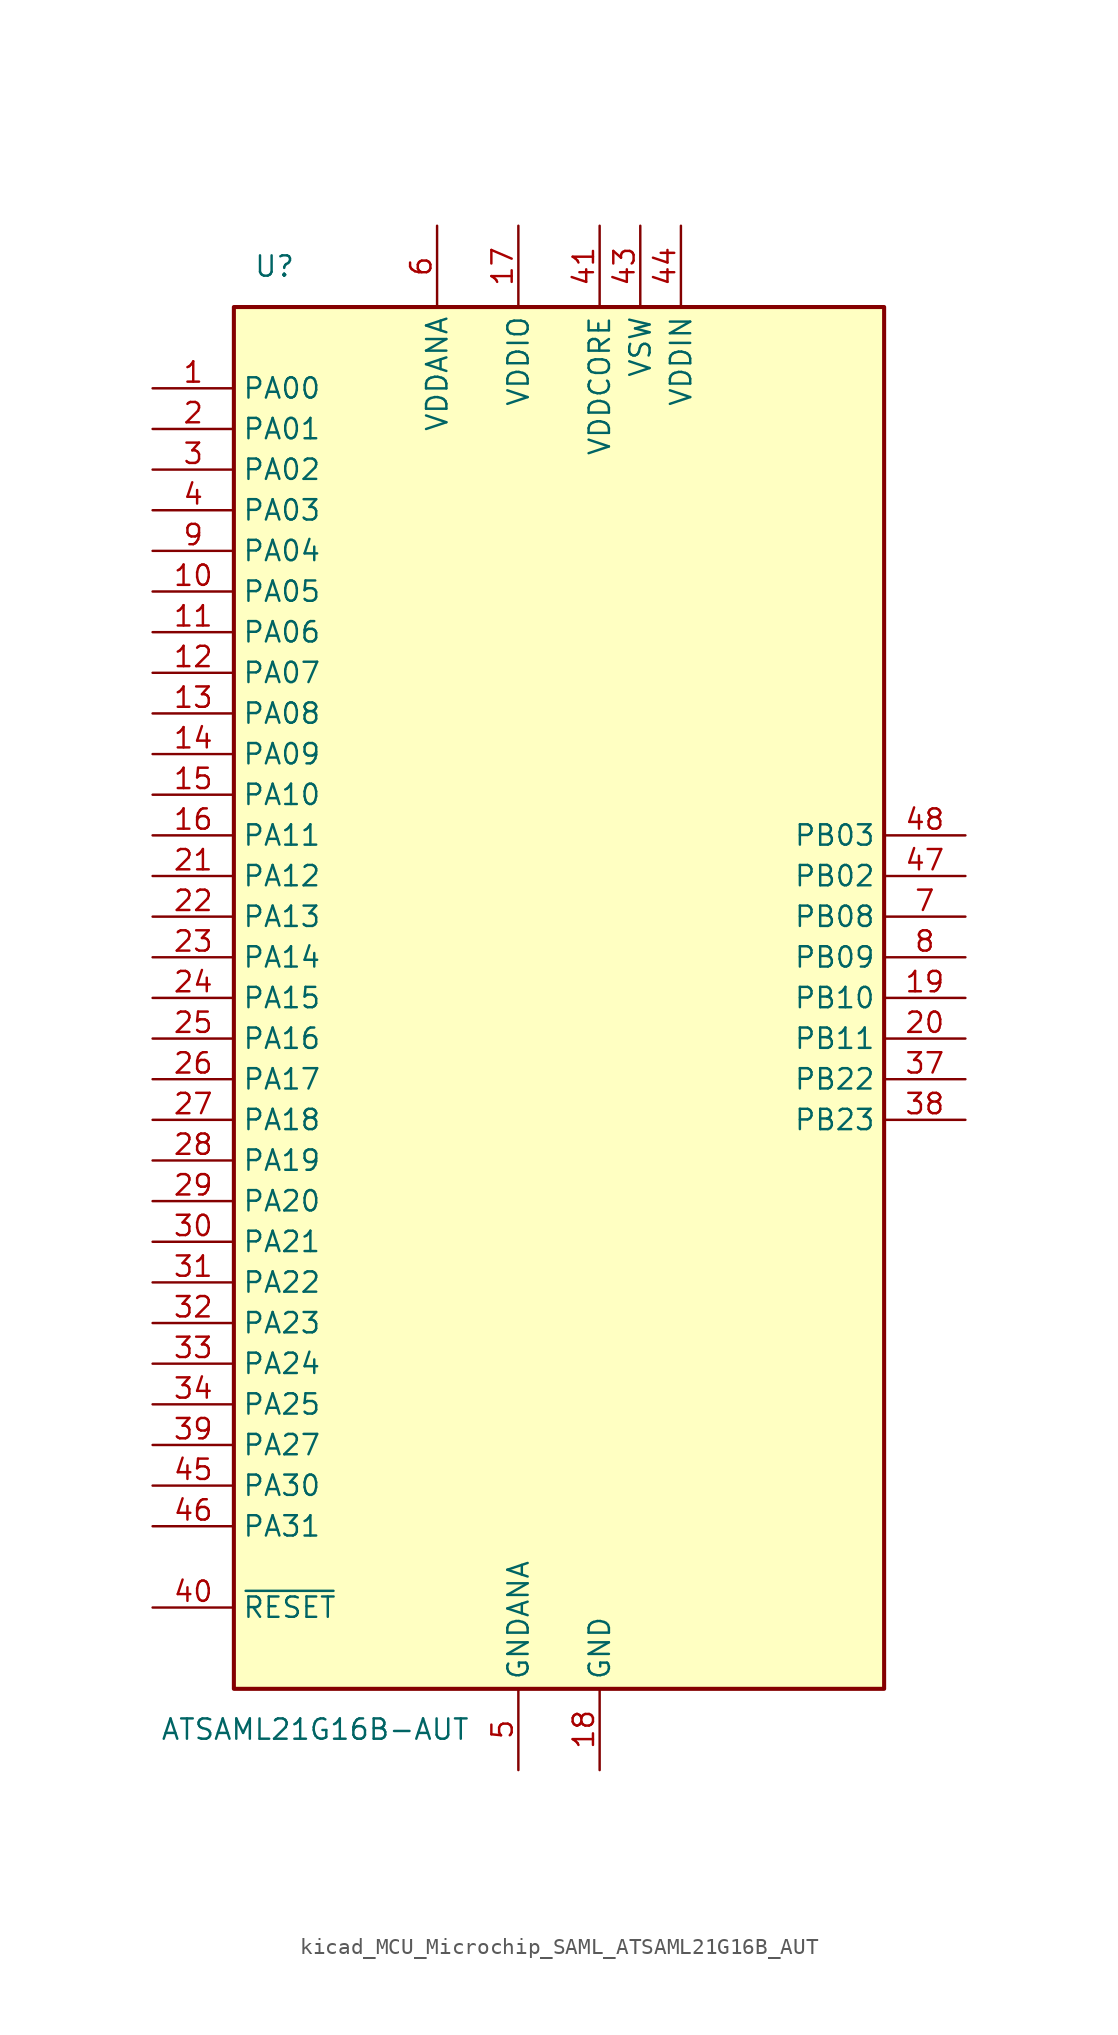
<source format=kicad_sym>
(kicad_symbol_lib
  (version 20220914)
  (generator kicad_symbol_editor)
  (symbol "kicad_MCU_Microchip_SAML_ATSAML21G16B_AUT"
    (property "Reference" "U"
      (at -17.78 45.72 0)
      (effects (font (size 1.27 1.27))))
    (property "Value" "ATSAML21G16B-AUT"
      (at -15.24 -45.72 0)
      (effects (font (size 1.27 1.27))))
    (symbol "kicad_MCU_Microchip_SAML_ATSAML21G16B_AUT_0_1"
      (rectangle (start -20.32 43.18) (end 20.32 -43.18) (stroke (width 0.254) (type default)) (fill (type background))))
    (symbol "kicad_MCU_Microchip_SAML_ATSAML21G16B_AUT_1_1"
      (pin bidirectional line (at -25.4 38.1 0) (length 5.08) (name "PA00" (effects (font (size 1.27 1.27)))) (number "1" (effects (font (size 1.27 1.27)))))
      (pin bidirectional line (at -25.4 25.4 0) (length 5.08) (name "PA05" (effects (font (size 1.27 1.27)))) (number "10" (effects (font (size 1.27 1.27)))))
      (pin bidirectional line (at -25.4 22.86 0) (length 5.08) (name "PA06" (effects (font (size 1.27 1.27)))) (number "11" (effects (font (size 1.27 1.27)))))
      (pin bidirectional line (at -25.4 20.32 0) (length 5.08) (name "PA07" (effects (font (size 1.27 1.27)))) (number "12" (effects (font (size 1.27 1.27)))))
      (pin bidirectional line (at -25.4 17.78 0) (length 5.08) (name "PA08" (effects (font (size 1.27 1.27)))) (number "13" (effects (font (size 1.27 1.27)))))
      (pin bidirectional line (at -25.4 15.24 0) (length 5.08) (name "PA09" (effects (font (size 1.27 1.27)))) (number "14" (effects (font (size 1.27 1.27)))))
      (pin bidirectional line (at -25.4 12.7 0) (length 5.08) (name "PA10" (effects (font (size 1.27 1.27)))) (number "15" (effects (font (size 1.27 1.27)))))
      (pin bidirectional line (at -25.4 10.16 0) (length 5.08) (name "PA11" (effects (font (size 1.27 1.27)))) (number "16" (effects (font (size 1.27 1.27)))))
      (pin power_in line (at -2.54 48.26 270) (length 5.08) (name "VDDIO" (effects (font (size 1.27 1.27)))) (number "17" (effects (font (size 1.27 1.27)))))
      (pin power_in line (at 2.54 -48.26 90) (length 5.08) (name "GND" (effects (font (size 1.27 1.27)))) (number "18" (effects (font (size 1.27 1.27)))))
      (pin bidirectional line (at 25.4 0 180) (length 5.08) (name "PB10" (effects (font (size 1.27 1.27)))) (number "19" (effects (font (size 1.27 1.27)))))
      (pin bidirectional line (at -25.4 35.56 0) (length 5.08) (name "PA01" (effects (font (size 1.27 1.27)))) (number "2" (effects (font (size 1.27 1.27)))))
      (pin bidirectional line (at 25.4 -2.54 180) (length 5.08) (name "PB11" (effects (font (size 1.27 1.27)))) (number "20" (effects (font (size 1.27 1.27)))))
      (pin bidirectional line (at -25.4 7.62 0) (length 5.08) (name "PA12" (effects (font (size 1.27 1.27)))) (number "21" (effects (font (size 1.27 1.27)))))
      (pin bidirectional line (at -25.4 5.08 0) (length 5.08) (name "PA13" (effects (font (size 1.27 1.27)))) (number "22" (effects (font (size 1.27 1.27)))))
      (pin bidirectional line (at -25.4 2.54 0) (length 5.08) (name "PA14" (effects (font (size 1.27 1.27)))) (number "23" (effects (font (size 1.27 1.27)))))
      (pin bidirectional line (at -25.4 0 0) (length 5.08) (name "PA15" (effects (font (size 1.27 1.27)))) (number "24" (effects (font (size 1.27 1.27)))))
      (pin bidirectional line (at -25.4 -2.54 0) (length 5.08) (name "PA16" (effects (font (size 1.27 1.27)))) (number "25" (effects (font (size 1.27 1.27)))))
      (pin bidirectional line (at -25.4 -5.08 0) (length 5.08) (name "PA17" (effects (font (size 1.27 1.27)))) (number "26" (effects (font (size 1.27 1.27)))))
      (pin bidirectional line (at -25.4 -7.62 0) (length 5.08) (name "PA18" (effects (font (size 1.27 1.27)))) (number "27" (effects (font (size 1.27 1.27)))))
      (pin bidirectional line (at -25.4 -10.16 0) (length 5.08) (name "PA19" (effects (font (size 1.27 1.27)))) (number "28" (effects (font (size 1.27 1.27)))))
      (pin bidirectional line (at -25.4 -12.7 0) (length 5.08) (name "PA20" (effects (font (size 1.27 1.27)))) (number "29" (effects (font (size 1.27 1.27)))))
      (pin bidirectional line (at -25.4 33.02 0) (length 5.08) (name "PA02" (effects (font (size 1.27 1.27)))) (number "3" (effects (font (size 1.27 1.27)))))
      (pin bidirectional line (at -25.4 -15.24 0) (length 5.08) (name "PA21" (effects (font (size 1.27 1.27)))) (number "30" (effects (font (size 1.27 1.27)))))
      (pin bidirectional line (at -25.4 -17.78 0) (length 5.08) (name "PA22" (effects (font (size 1.27 1.27)))) (number "31" (effects (font (size 1.27 1.27)))))
      (pin bidirectional line (at -25.4 -20.32 0) (length 5.08) (name "PA23" (effects (font (size 1.27 1.27)))) (number "32" (effects (font (size 1.27 1.27)))))
      (pin bidirectional line (at -25.4 -22.86 0) (length 5.08) (name "PA24" (effects (font (size 1.27 1.27)))) (number "33" (effects (font (size 1.27 1.27)))))
      (pin bidirectional line (at -25.4 -25.4 0) (length 5.08) (name "PA25" (effects (font (size 1.27 1.27)))) (number "34" (effects (font (size 1.27 1.27)))))
      (pin passive line (at 2.54 -48.26 90) (length 5.08) hide (name "GND" (effects (font (size 1.27 1.27)))) (number "35" (effects (font (size 1.27 1.27)))))
      (pin passive line (at -2.54 48.26 270) (length 5.08) hide (name "VDDIO" (effects (font (size 1.27 1.27)))) (number "36" (effects (font (size 1.27 1.27)))))
      (pin bidirectional line (at 25.4 -5.08 180) (length 5.08) (name "PB22" (effects (font (size 1.27 1.27)))) (number "37" (effects (font (size 1.27 1.27)))))
      (pin bidirectional line (at 25.4 -7.62 180) (length 5.08) (name "PB23" (effects (font (size 1.27 1.27)))) (number "38" (effects (font (size 1.27 1.27)))))
      (pin bidirectional line (at -25.4 -27.94 0) (length 5.08) (name "PA27" (effects (font (size 1.27 1.27)))) (number "39" (effects (font (size 1.27 1.27)))))
      (pin bidirectional line (at -25.4 30.48 0) (length 5.08) (name "PA03" (effects (font (size 1.27 1.27)))) (number "4" (effects (font (size 1.27 1.27)))))
      (pin input line (at -25.4 -38.1 0) (length 5.08) (name "~{RESET}" (effects (font (size 1.27 1.27)))) (number "40" (effects (font (size 1.27 1.27)))))
      (pin bidirectional line (at 2.54 48.26 270) (length 5.08) (name "VDDCORE" (effects (font (size 1.27 1.27)))) (number "41" (effects (font (size 1.27 1.27)))))
      (pin passive line (at 2.54 -48.26 90) (length 5.08) hide (name "GND" (effects (font (size 1.27 1.27)))) (number "42" (effects (font (size 1.27 1.27)))))
      (pin bidirectional line (at 5.08 48.26 270) (length 5.08) (name "VSW" (effects (font (size 1.27 1.27)))) (number "43" (effects (font (size 1.27 1.27)))))
      (pin bidirectional line (at 7.62 48.26 270) (length 5.08) (name "VDDIN" (effects (font (size 1.27 1.27)))) (number "44" (effects (font (size 1.27 1.27)))))
      (pin bidirectional line (at -25.4 -30.48 0) (length 5.08) (name "PA30" (effects (font (size 1.27 1.27)))) (number "45" (effects (font (size 1.27 1.27)))))
      (pin bidirectional line (at -25.4 -33.02 0) (length 5.08) (name "PA31" (effects (font (size 1.27 1.27)))) (number "46" (effects (font (size 1.27 1.27)))))
      (pin bidirectional line (at 25.4 7.62 180) (length 5.08) (name "PB02" (effects (font (size 1.27 1.27)))) (number "47" (effects (font (size 1.27 1.27)))))
      (pin bidirectional line (at 25.4 10.16 180) (length 5.08) (name "PB03" (effects (font (size 1.27 1.27)))) (number "48" (effects (font (size 1.27 1.27)))))
      (pin power_in line (at -2.54 -48.26 90) (length 5.08) (name "GNDANA" (effects (font (size 1.27 1.27)))) (number "5" (effects (font (size 1.27 1.27)))))
      (pin bidirectional line (at -7.62 48.26 270) (length 5.08) (name "VDDANA" (effects (font (size 1.27 1.27)))) (number "6" (effects (font (size 1.27 1.27)))))
      (pin bidirectional line (at 25.4 5.08 180) (length 5.08) (name "PB08" (effects (font (size 1.27 1.27)))) (number "7" (effects (font (size 1.27 1.27)))))
      (pin bidirectional line (at 25.4 2.54 180) (length 5.08) (name "PB09" (effects (font (size 1.27 1.27)))) (number "8" (effects (font (size 1.27 1.27)))))
      (pin bidirectional line (at -25.4 27.94 0) (length 5.08) (name "PA04" (effects (font (size 1.27 1.27)))) (number "9" (effects (font (size 1.27 1.27))))))))
</source>
